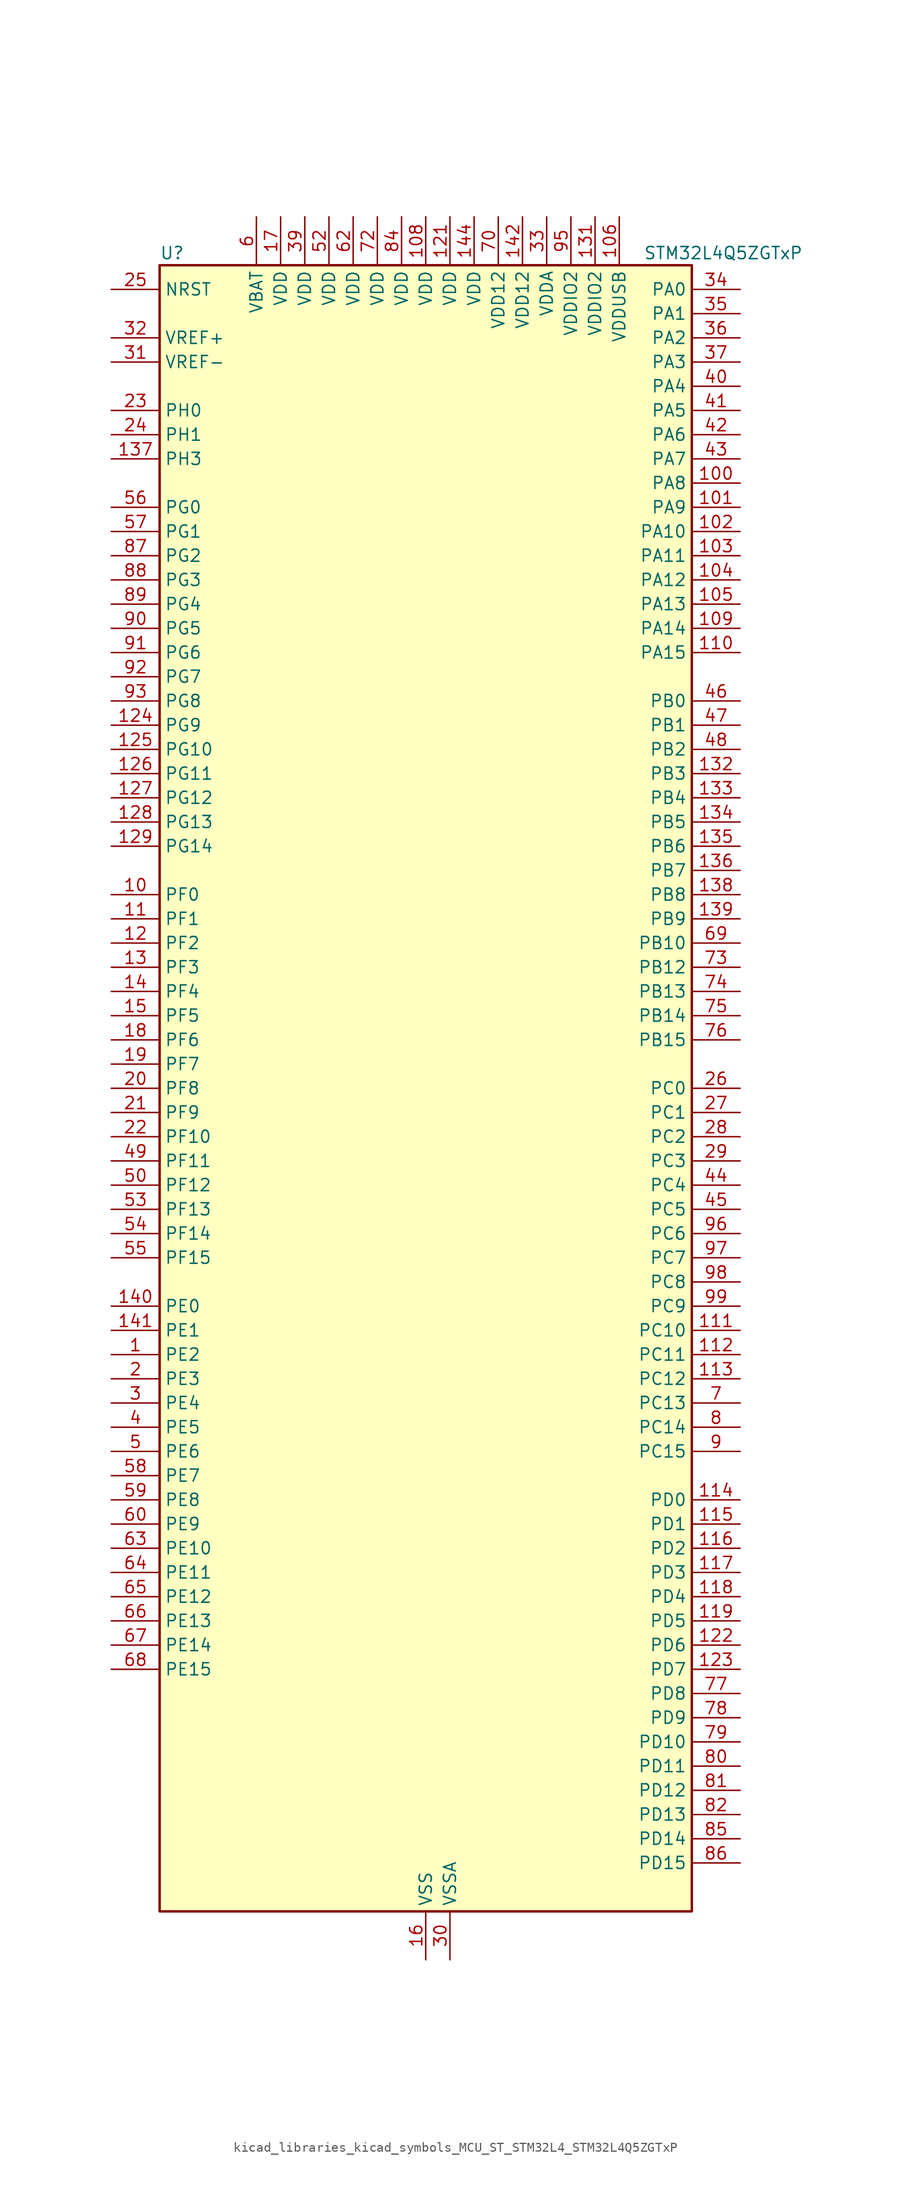
<source format=kicad_sym>
(kicad_symbol_lib
  (version 20220914)
  (generator kicad_symbol_editor)
  (symbol "kicad_libraries_kicad_symbols_MCU_ST_STM32L4_STM32L4Q5ZGTxP"
    (property "Reference" "U"
      (at -27.94 87.63 0)
      (effects (font (size 1.27 1.27)) (justify left)))
    (property "Value" "STM32L4Q5ZGTxP"
      (at 22.86 87.63 0)
      (effects (font (size 1.27 1.27)) (justify left)))
    (property "ki_locked" ""
      (at 0 0 0)
      (effects (font (size 1.27 1.27))))
    (symbol "kicad_libraries_kicad_symbols_MCU_ST_STM32L4_STM32L4Q5ZGTxP_0_1"
      (rectangle (start -27.94 -86.36) (end 27.94 86.36) (stroke (width 0.254) (type default)) (fill (type background))))
    (symbol "kicad_libraries_kicad_symbols_MCU_ST_STM32L4_STM32L4Q5ZGTxP_1_1"
      (pin bidirectional line (at -33.02 -27.94 0) (length 5.08) (name "PE2" (effects (font (size 1.27 1.27)))) (number "1" (effects (font (size 1.27 1.27)))) (alternate "FMC_A23" bidirectional line) (alternate "LTDC_R7" bidirectional line) (alternate "SAI1_CK1" bidirectional line) (alternate "SAI1_MCLK_A" bidirectional line) (alternate "SYS_TRACECLK" bidirectional line) (alternate "TIM3_ETR" bidirectional line) (alternate "TSC_G7_IO1" bidirectional line))
      (pin bidirectional line (at -33.02 20.32 0) (length 5.08) (name "PF0" (effects (font (size 1.27 1.27)))) (number "10" (effects (font (size 1.27 1.27)))) (alternate "FMC_A0" bidirectional line) (alternate "I2C2_SDA" bidirectional line) (alternate "OCTOSPIM_P2_IO0" bidirectional line))
      (pin bidirectional line (at 33.02 63.5 180) (length 5.08) (name "PA8" (effects (font (size 1.27 1.27)))) (number "100" (effects (font (size 1.27 1.27)))) (alternate "LPTIM2_OUT" bidirectional line) (alternate "LTDC_B7" bidirectional line) (alternate "RCC_MCO" bidirectional line) (alternate "SAI1_CK2" bidirectional line) (alternate "SAI1_SCK_A" bidirectional line) (alternate "TIM1_CH1" bidirectional line) (alternate "USART1_CK" bidirectional line) (alternate "USB_OTG_FS_SOF" bidirectional line))
      (pin bidirectional line (at 33.02 60.96 180) (length 5.08) (name "PA9" (effects (font (size 1.27 1.27)))) (number "101" (effects (font (size 1.27 1.27)))) (alternate "DAC1_EXTI9" bidirectional line) (alternate "DCMI_D0" bidirectional line) (alternate "LTDC_G7" bidirectional line) (alternate "PSSI_D0" bidirectional line) (alternate "SAI1_FS_A" bidirectional line) (alternate "SPI2_SCK" bidirectional line) (alternate "TIM15_BKIN" bidirectional line) (alternate "TIM1_CH2" bidirectional line) (alternate "USART1_TX" bidirectional line) (alternate "USB_OTG_FS_VBUS" bidirectional line))
      (pin bidirectional line (at 33.02 58.42 180) (length 5.08) (name "PA10" (effects (font (size 1.27 1.27)))) (number "102" (effects (font (size 1.27 1.27)))) (alternate "DCMI_D1" bidirectional line) (alternate "LTDC_G6" bidirectional line) (alternate "PSSI_D1" bidirectional line) (alternate "SAI1_D1" bidirectional line) (alternate "SAI1_SD_A" bidirectional line) (alternate "TIM17_BKIN" bidirectional line) (alternate "TIM1_CH3" bidirectional line) (alternate "USART1_RX" bidirectional line) (alternate "USB_OTG_FS_ID" bidirectional line))
      (pin bidirectional line (at 33.02 55.88 180) (length 5.08) (name "PA11" (effects (font (size 1.27 1.27)))) (number "103" (effects (font (size 1.27 1.27)))) (alternate "ADC1_EXTI11" bidirectional line) (alternate "ADC2_EXTI11" bidirectional line) (alternate "CAN1_RX" bidirectional line) (alternate "LTDC_DE" bidirectional line) (alternate "SPI1_MISO" bidirectional line) (alternate "TIM1_BKIN2" bidirectional line) (alternate "TIM1_CH4" bidirectional line) (alternate "USART1_CTS" bidirectional line) (alternate "USART1_NSS" bidirectional line) (alternate "USB_OTG_FS_DM" bidirectional line))
      (pin bidirectional line (at 33.02 53.34 180) (length 5.08) (name "PA12" (effects (font (size 1.27 1.27)))) (number "104" (effects (font (size 1.27 1.27)))) (alternate "CAN1_TX" bidirectional line) (alternate "LTDC_VSYNC" bidirectional line) (alternate "OCTOSPIM_P2_NCS" bidirectional line) (alternate "SPI1_MOSI" bidirectional line) (alternate "TIM1_ETR" bidirectional line) (alternate "USART1_DE" bidirectional line) (alternate "USART1_RTS" bidirectional line) (alternate "USB_OTG_FS_DP" bidirectional line))
      (pin bidirectional line (at 33.02 50.8 180) (length 5.08) (name "PA13" (effects (font (size 1.27 1.27)))) (number "105" (effects (font (size 1.27 1.27)))) (alternate "IR_OUT" bidirectional line) (alternate "SAI1_SD_B" bidirectional line) (alternate "SYS_JTMS-SWDIO" bidirectional line) (alternate "USB_OTG_FS_NOE" bidirectional line))
      (pin power_in line (at 20.32 91.44 270) (length 5.08) (name "VDDUSB" (effects (font (size 1.27 1.27)))) (number "106" (effects (font (size 1.27 1.27)))))
      (pin passive line (at 0 -91.44 90) (length 5.08) hide (name "VSS" (effects (font (size 1.27 1.27)))) (number "107" (effects (font (size 1.27 1.27)))))
      (pin power_in line (at 0 91.44 270) (length 5.08) (name "VDD" (effects (font (size 1.27 1.27)))) (number "108" (effects (font (size 1.27 1.27)))))
      (pin bidirectional line (at 33.02 48.26 180) (length 5.08) (name "PA14" (effects (font (size 1.27 1.27)))) (number "109" (effects (font (size 1.27 1.27)))) (alternate "I2C1_SMBA" bidirectional line) (alternate "I2C4_SMBA" bidirectional line) (alternate "LPTIM1_OUT" bidirectional line) (alternate "SAI1_FS_B" bidirectional line) (alternate "SYS_JTCK-SWCLK" bidirectional line) (alternate "USB_OTG_FS_SOF" bidirectional line))
      (pin bidirectional line (at -33.02 17.78 0) (length 5.08) (name "PF1" (effects (font (size 1.27 1.27)))) (number "11" (effects (font (size 1.27 1.27)))) (alternate "FMC_A1" bidirectional line) (alternate "I2C2_SCL" bidirectional line) (alternate "OCTOSPIM_P2_IO1" bidirectional line))
      (pin bidirectional line (at 33.02 45.72 180) (length 5.08) (name "PA15" (effects (font (size 1.27 1.27)))) (number "110" (effects (font (size 1.27 1.27)))) (alternate "ADC1_EXTI15" bidirectional line) (alternate "ADC2_EXTI15" bidirectional line) (alternate "LTDC_HSYNC" bidirectional line) (alternate "SAI2_FS_B" bidirectional line) (alternate "SPI1_NSS" bidirectional line) (alternate "SPI3_NSS" bidirectional line) (alternate "SYS_JTDI" bidirectional line) (alternate "TIM2_CH1" bidirectional line) (alternate "TIM2_ETR" bidirectional line) (alternate "TSC_G3_IO1" bidirectional line) (alternate "UART4_DE" bidirectional line) (alternate "UART4_RTS" bidirectional line) (alternate "USART2_RX" bidirectional line) (alternate "USART3_DE" bidirectional line) (alternate "USART3_RTS" bidirectional line))
      (pin bidirectional line (at 33.02 -25.4 180) (length 5.08) (name "PC10" (effects (font (size 1.27 1.27)))) (number "111" (effects (font (size 1.27 1.27)))) (alternate "DCMI_D8" bidirectional line) (alternate "DCMI_VSYNC" bidirectional line) (alternate "PSSI_D8" bidirectional line) (alternate "PSSI_RDY" bidirectional line) (alternate "SAI2_SCK_B" bidirectional line) (alternate "SDMMC1_D2" bidirectional line) (alternate "SPI3_SCK" bidirectional line) (alternate "SYS_TRACED1" bidirectional line) (alternate "TSC_G3_IO2" bidirectional line) (alternate "UART4_TX" bidirectional line) (alternate "USART3_TX" bidirectional line))
      (pin bidirectional line (at 33.02 -27.94 180) (length 5.08) (name "PC11" (effects (font (size 1.27 1.27)))) (number "112" (effects (font (size 1.27 1.27)))) (alternate "ADC1_EXTI11" bidirectional line) (alternate "ADC2_EXTI11" bidirectional line) (alternate "DCMI_D2" bidirectional line) (alternate "DCMI_D4" bidirectional line) (alternate "OCTOSPIM_P1_NCS" bidirectional line) (alternate "PSSI_D2" bidirectional line) (alternate "PSSI_D4" bidirectional line) (alternate "SAI2_MCLK_B" bidirectional line) (alternate "SDMMC1_D3" bidirectional line) (alternate "SPI3_MISO" bidirectional line) (alternate "TSC_G3_IO3" bidirectional line) (alternate "UART4_RX" bidirectional line) (alternate "USART3_RX" bidirectional line))
      (pin bidirectional line (at 33.02 -30.48 180) (length 5.08) (name "PC12" (effects (font (size 1.27 1.27)))) (number "113" (effects (font (size 1.27 1.27)))) (alternate "DCMI_D9" bidirectional line) (alternate "LTDC_R6" bidirectional line) (alternate "PSSI_D9" bidirectional line) (alternate "SAI2_SD_B" bidirectional line) (alternate "SDMMC1_CK" bidirectional line) (alternate "SPI3_MOSI" bidirectional line) (alternate "SYS_TRACED3" bidirectional line) (alternate "TSC_G3_IO4" bidirectional line) (alternate "UART5_TX" bidirectional line) (alternate "USART3_CK" bidirectional line))
      (pin bidirectional line (at 33.02 -43.18 180) (length 5.08) (name "PD0" (effects (font (size 1.27 1.27)))) (number "114" (effects (font (size 1.27 1.27)))) (alternate "CAN1_RX" bidirectional line) (alternate "FMC_D2" bidirectional line) (alternate "FMC_DA2" bidirectional line) (alternate "LTDC_B4" bidirectional line) (alternate "SPI2_NSS" bidirectional line))
      (pin bidirectional line (at 33.02 -45.72 180) (length 5.08) (name "PD1" (effects (font (size 1.27 1.27)))) (number "115" (effects (font (size 1.27 1.27)))) (alternate "CAN1_TX" bidirectional line) (alternate "FMC_D3" bidirectional line) (alternate "FMC_DA3" bidirectional line) (alternate "LTDC_B5" bidirectional line) (alternate "SPI2_SCK" bidirectional line))
      (pin bidirectional line (at 33.02 -48.26 180) (length 5.08) (name "PD2" (effects (font (size 1.27 1.27)))) (number "116" (effects (font (size 1.27 1.27)))) (alternate "DCMI_D11" bidirectional line) (alternate "PSSI_D11" bidirectional line) (alternate "SDMMC1_CMD" bidirectional line) (alternate "SYS_TRACED2" bidirectional line) (alternate "TIM3_ETR" bidirectional line) (alternate "TSC_SYNC" bidirectional line) (alternate "UART5_RX" bidirectional line) (alternate "USART3_DE" bidirectional line) (alternate "USART3_RTS" bidirectional line))
      (pin bidirectional line (at 33.02 -50.8 180) (length 5.08) (name "PD3" (effects (font (size 1.27 1.27)))) (number "117" (effects (font (size 1.27 1.27)))) (alternate "DCMI_D5" bidirectional line) (alternate "DFSDM1_DATIN0" bidirectional line) (alternate "FMC_CLK" bidirectional line) (alternate "LTDC_CLK" bidirectional line) (alternate "OCTOSPIM_P2_NCS" bidirectional line) (alternate "PSSI_D5" bidirectional line) (alternate "SPI2_MISO" bidirectional line) (alternate "SPI2_SCK" bidirectional line) (alternate "USART2_CTS" bidirectional line) (alternate "USART2_NSS" bidirectional line))
      (pin bidirectional line (at 33.02 -53.34 180) (length 5.08) (name "PD4" (effects (font (size 1.27 1.27)))) (number "118" (effects (font (size 1.27 1.27)))) (alternate "DFSDM1_CKIN0" bidirectional line) (alternate "FMC_NOE" bidirectional line) (alternate "OCTOSPIM_P1_IO4" bidirectional line) (alternate "SDMMC2_CKIN" bidirectional line) (alternate "SPI2_MOSI" bidirectional line) (alternate "USART2_DE" bidirectional line) (alternate "USART2_RTS" bidirectional line))
      (pin bidirectional line (at 33.02 -55.88 180) (length 5.08) (name "PD5" (effects (font (size 1.27 1.27)))) (number "119" (effects (font (size 1.27 1.27)))) (alternate "FMC_NWE" bidirectional line) (alternate "OCTOSPIM_P1_IO5" bidirectional line) (alternate "USART2_TX" bidirectional line))
      (pin bidirectional line (at -33.02 15.24 0) (length 5.08) (name "PF2" (effects (font (size 1.27 1.27)))) (number "12" (effects (font (size 1.27 1.27)))) (alternate "FMC_A2" bidirectional line) (alternate "I2C2_SMBA" bidirectional line) (alternate "OCTOSPIM_P2_IO2" bidirectional line))
      (pin passive line (at 0 -91.44 90) (length 5.08) hide (name "VSS" (effects (font (size 1.27 1.27)))) (number "120" (effects (font (size 1.27 1.27)))))
      (pin power_in line (at 2.54 91.44 270) (length 5.08) (name "VDD" (effects (font (size 1.27 1.27)))) (number "121" (effects (font (size 1.27 1.27)))))
      (pin bidirectional line (at 33.02 -58.42 180) (length 5.08) (name "PD6" (effects (font (size 1.27 1.27)))) (number "122" (effects (font (size 1.27 1.27)))) (alternate "DCMI_D10" bidirectional line) (alternate "DFSDM1_DATIN1" bidirectional line) (alternate "FMC_NWAIT" bidirectional line) (alternate "LTDC_DE" bidirectional line) (alternate "OCTOSPIM_P1_IO6" bidirectional line) (alternate "PSSI_D10" bidirectional line) (alternate "SAI1_D1" bidirectional line) (alternate "SAI1_SD_A" bidirectional line) (alternate "SDMMC2_CK" bidirectional line) (alternate "SPI3_MOSI" bidirectional line) (alternate "USART2_RX" bidirectional line))
      (pin bidirectional line (at 33.02 -60.96 180) (length 5.08) (name "PD7" (effects (font (size 1.27 1.27)))) (number "123" (effects (font (size 1.27 1.27)))) (alternate "DFSDM1_CKIN1" bidirectional line) (alternate "FMC_NCE" bidirectional line) (alternate "FMC_NE1" bidirectional line) (alternate "OCTOSPIM_P1_IO7" bidirectional line) (alternate "SDMMC2_CMD" bidirectional line) (alternate "USART2_CK" bidirectional line))
      (pin bidirectional line (at -33.02 38.1 0) (length 5.08) (name "PG9" (effects (font (size 1.27 1.27)))) (number "124" (effects (font (size 1.27 1.27)))) (alternate "DAC1_EXTI9" bidirectional line) (alternate "FMC_NCE" bidirectional line) (alternate "FMC_NE2" bidirectional line) (alternate "OCTOSPIM_P2_IO6" bidirectional line) (alternate "SAI2_SCK_A" bidirectional line) (alternate "SDMMC2_D0" bidirectional line) (alternate "SPI3_SCK" bidirectional line) (alternate "TIM15_CH1N" bidirectional line) (alternate "USART1_TX" bidirectional line))
      (pin bidirectional line (at -33.02 35.56 0) (length 5.08) (name "PG10" (effects (font (size 1.27 1.27)))) (number "125" (effects (font (size 1.27 1.27)))) (alternate "FMC_NE3" bidirectional line) (alternate "LPTIM1_IN1" bidirectional line) (alternate "OCTOSPIM_P2_IO7" bidirectional line) (alternate "SAI2_FS_A" bidirectional line) (alternate "SDMMC2_D1" bidirectional line) (alternate "SPI3_MISO" bidirectional line) (alternate "TIM15_CH1" bidirectional line) (alternate "USART1_RX" bidirectional line))
      (pin bidirectional line (at -33.02 33.02 0) (length 5.08) (name "PG11" (effects (font (size 1.27 1.27)))) (number "126" (effects (font (size 1.27 1.27)))) (alternate "ADC1_EXTI11" bidirectional line) (alternate "ADC2_EXTI11" bidirectional line) (alternate "LPTIM1_IN2" bidirectional line) (alternate "OCTOSPIM_P1_IO5" bidirectional line) (alternate "SAI2_MCLK_A" bidirectional line) (alternate "SDMMC2_D2" bidirectional line) (alternate "SPI3_MOSI" bidirectional line) (alternate "TIM15_CH2" bidirectional line) (alternate "USART1_CTS" bidirectional line) (alternate "USART1_NSS" bidirectional line))
      (pin bidirectional line (at -33.02 30.48 0) (length 5.08) (name "PG12" (effects (font (size 1.27 1.27)))) (number "127" (effects (font (size 1.27 1.27)))) (alternate "FMC_NE4" bidirectional line) (alternate "LPTIM1_ETR" bidirectional line) (alternate "OCTOSPIM_P2_NCS" bidirectional line) (alternate "SAI2_SD_A" bidirectional line) (alternate "SDMMC2_D3" bidirectional line) (alternate "SPI3_NSS" bidirectional line) (alternate "USART1_DE" bidirectional line) (alternate "USART1_RTS" bidirectional line))
      (pin bidirectional line (at -33.02 27.94 0) (length 5.08) (name "PG13" (effects (font (size 1.27 1.27)))) (number "128" (effects (font (size 1.27 1.27)))) (alternate "FMC_A24" bidirectional line) (alternate "I2C1_SDA" bidirectional line) (alternate "LTDC_R0" bidirectional line) (alternate "USART1_CK" bidirectional line))
      (pin bidirectional line (at -33.02 25.4 0) (length 5.08) (name "PG14" (effects (font (size 1.27 1.27)))) (number "129" (effects (font (size 1.27 1.27)))) (alternate "FMC_A25" bidirectional line) (alternate "I2C1_SCL" bidirectional line) (alternate "LTDC_R1" bidirectional line))
      (pin bidirectional line (at -33.02 12.7 0) (length 5.08) (name "PF3" (effects (font (size 1.27 1.27)))) (number "13" (effects (font (size 1.27 1.27)))) (alternate "FMC_A3" bidirectional line) (alternate "OCTOSPIM_P2_IO3" bidirectional line))
      (pin passive line (at 0 -91.44 90) (length 5.08) hide (name "VSS" (effects (font (size 1.27 1.27)))) (number "130" (effects (font (size 1.27 1.27)))))
      (pin power_in line (at 17.78 91.44 270) (length 5.08) (name "VDDIO2" (effects (font (size 1.27 1.27)))) (number "131" (effects (font (size 1.27 1.27)))))
      (pin bidirectional line (at 33.02 33.02 180) (length 5.08) (name "PB3" (effects (font (size 1.27 1.27)))) (number "132" (effects (font (size 1.27 1.27)))) (alternate "COMP2_INM" bidirectional line) (alternate "CRS_SYNC" bidirectional line) (alternate "OCTOSPIM_P1_IO4" bidirectional line) (alternate "SAI1_SCK_B" bidirectional line) (alternate "SDMMC2_D2" bidirectional line) (alternate "SPI1_SCK" bidirectional line) (alternate "SPI3_SCK" bidirectional line) (alternate "SYS_JTDO-SWO" bidirectional line) (alternate "TIM2_CH2" bidirectional line) (alternate "USART1_DE" bidirectional line) (alternate "USART1_RTS" bidirectional line))
      (pin bidirectional line (at 33.02 30.48 180) (length 5.08) (name "PB4" (effects (font (size 1.27 1.27)))) (number "133" (effects (font (size 1.27 1.27)))) (alternate "COMP2_INP" bidirectional line) (alternate "DCMI_D12" bidirectional line) (alternate "I2C3_SDA" bidirectional line) (alternate "OCTOSPIM_P1_IO5" bidirectional line) (alternate "PSSI_D12" bidirectional line) (alternate "SAI1_MCLK_B" bidirectional line) (alternate "SDMMC2_D3" bidirectional line) (alternate "SPI1_MISO" bidirectional line) (alternate "SPI3_MISO" bidirectional line) (alternate "SYS_JTRST" bidirectional line) (alternate "TIM17_BKIN" bidirectional line) (alternate "TIM3_CH1" bidirectional line) (alternate "TSC_G2_IO1" bidirectional line) (alternate "UART5_DE" bidirectional line) (alternate "UART5_RTS" bidirectional line) (alternate "USART1_CTS" bidirectional line) (alternate "USART1_NSS" bidirectional line))
      (pin bidirectional line (at 33.02 27.94 180) (length 5.08) (name "PB5" (effects (font (size 1.27 1.27)))) (number "134" (effects (font (size 1.27 1.27)))) (alternate "COMP2_OUT" bidirectional line) (alternate "DCMI_D10" bidirectional line) (alternate "I2C1_SMBA" bidirectional line) (alternate "LPTIM1_IN1" bidirectional line) (alternate "OCTOSPIM_P1_IO0" bidirectional line) (alternate "PSSI_D10" bidirectional line) (alternate "SAI1_SD_B" bidirectional line) (alternate "SPI1_MOSI" bidirectional line) (alternate "SPI3_MOSI" bidirectional line) (alternate "TIM16_BKIN" bidirectional line) (alternate "TIM3_CH2" bidirectional line) (alternate "TSC_G2_IO2" bidirectional line) (alternate "UART5_CTS" bidirectional line) (alternate "USART1_CK" bidirectional line))
      (pin bidirectional line (at 33.02 25.4 180) (length 5.08) (name "PB6" (effects (font (size 1.27 1.27)))) (number "135" (effects (font (size 1.27 1.27)))) (alternate "COMP2_INP" bidirectional line) (alternate "DCMI_D5" bidirectional line) (alternate "I2C1_SCL" bidirectional line) (alternate "I2C4_SCL" bidirectional line) (alternate "LPTIM1_ETR" bidirectional line) (alternate "LTDC_R6" bidirectional line) (alternate "PSSI_D5" bidirectional line) (alternate "SAI1_FS_B" bidirectional line) (alternate "TIM16_CH1N" bidirectional line) (alternate "TIM4_CH1" bidirectional line) (alternate "TIM8_BKIN2" bidirectional line) (alternate "TSC_G2_IO3" bidirectional line) (alternate "USART1_TX" bidirectional line))
      (pin bidirectional line (at 33.02 22.86 180) (length 5.08) (name "PB7" (effects (font (size 1.27 1.27)))) (number "136" (effects (font (size 1.27 1.27)))) (alternate "COMP2_INM" bidirectional line) (alternate "DCMI_VSYNC" bidirectional line) (alternate "FMC_NL" bidirectional line) (alternate "I2C1_SDA" bidirectional line) (alternate "I2C4_SDA" bidirectional line) (alternate "LPTIM1_IN2" bidirectional line) (alternate "LTDC_VSYNC" bidirectional line) (alternate "PSSI_RDY" bidirectional line) (alternate "SYS_PVD_IN" bidirectional line) (alternate "TIM17_CH1N" bidirectional line) (alternate "TIM4_CH2" bidirectional line) (alternate "TIM8_BKIN" bidirectional line) (alternate "TSC_G2_IO4" bidirectional line) (alternate "UART4_CTS" bidirectional line) (alternate "USART1_RX" bidirectional line))
      (pin bidirectional line (at -33.02 66.04 0) (length 5.08) (name "PH3" (effects (font (size 1.27 1.27)))) (number "137" (effects (font (size 1.27 1.27)))))
      (pin bidirectional line (at 33.02 20.32 180) (length 5.08) (name "PB8" (effects (font (size 1.27 1.27)))) (number "138" (effects (font (size 1.27 1.27)))) (alternate "CAN1_RX" bidirectional line) (alternate "DCMI_D6" bidirectional line) (alternate "DFSDM1_CKOUT" bidirectional line) (alternate "I2C1_SCL" bidirectional line) (alternate "LTDC_DE" bidirectional line) (alternate "PSSI_D6" bidirectional line) (alternate "SAI1_CK1" bidirectional line) (alternate "SAI1_MCLK_A" bidirectional line) (alternate "SDMMC1_CKIN" bidirectional line) (alternate "SDMMC1_D4" bidirectional line) (alternate "SDMMC2_D4" bidirectional line) (alternate "TIM16_CH1" bidirectional line) (alternate "TIM4_CH3" bidirectional line))
      (pin bidirectional line (at 33.02 17.78 180) (length 5.08) (name "PB9" (effects (font (size 1.27 1.27)))) (number "139" (effects (font (size 1.27 1.27)))) (alternate "CAN1_TX" bidirectional line) (alternate "DAC1_EXTI9" bidirectional line) (alternate "DCMI_D7" bidirectional line) (alternate "I2C1_SDA" bidirectional line) (alternate "IR_OUT" bidirectional line) (alternate "PSSI_D7" bidirectional line) (alternate "SAI1_D2" bidirectional line) (alternate "SAI1_FS_A" bidirectional line) (alternate "SDMMC1_CDIR" bidirectional line) (alternate "SDMMC1_D5" bidirectional line) (alternate "SDMMC2_D5" bidirectional line) (alternate "SPI2_NSS" bidirectional line) (alternate "TIM17_CH1" bidirectional line) (alternate "TIM4_CH4" bidirectional line))
      (pin bidirectional line (at -33.02 10.16 0) (length 5.08) (name "PF4" (effects (font (size 1.27 1.27)))) (number "14" (effects (font (size 1.27 1.27)))) (alternate "FMC_A4" bidirectional line) (alternate "OCTOSPIM_P2_CLK" bidirectional line))
      (pin bidirectional line (at -33.02 -22.86 0) (length 5.08) (name "PE0" (effects (font (size 1.27 1.27)))) (number "140" (effects (font (size 1.27 1.27)))) (alternate "DCMI_D2" bidirectional line) (alternate "FMC_NBL0" bidirectional line) (alternate "LTDC_HSYNC" bidirectional line) (alternate "PSSI_D2" bidirectional line) (alternate "TIM16_CH1" bidirectional line) (alternate "TIM4_ETR" bidirectional line))
      (pin bidirectional line (at -33.02 -25.4 0) (length 5.08) (name "PE1" (effects (font (size 1.27 1.27)))) (number "141" (effects (font (size 1.27 1.27)))) (alternate "DCMI_D3" bidirectional line) (alternate "FMC_NBL1" bidirectional line) (alternate "LTDC_VSYNC" bidirectional line) (alternate "PSSI_D3" bidirectional line) (alternate "TIM17_CH1" bidirectional line))
      (pin power_in line (at 10.16 91.44 270) (length 5.08) (name "VDD12" (effects (font (size 1.27 1.27)))) (number "142" (effects (font (size 1.27 1.27)))))
      (pin passive line (at 0 -91.44 90) (length 5.08) hide (name "VSS" (effects (font (size 1.27 1.27)))) (number "143" (effects (font (size 1.27 1.27)))))
      (pin power_in line (at 5.08 91.44 270) (length 5.08) (name "VDD" (effects (font (size 1.27 1.27)))) (number "144" (effects (font (size 1.27 1.27)))))
      (pin bidirectional line (at -33.02 7.62 0) (length 5.08) (name "PF5" (effects (font (size 1.27 1.27)))) (number "15" (effects (font (size 1.27 1.27)))) (alternate "FMC_A5" bidirectional line) (alternate "OCTOSPIM_P2_NCLK" bidirectional line))
      (pin power_in line (at 0 -91.44 90) (length 5.08) (name "VSS" (effects (font (size 1.27 1.27)))) (number "16" (effects (font (size 1.27 1.27)))))
      (pin power_in line (at -15.24 91.44 270) (length 5.08) (name "VDD" (effects (font (size 1.27 1.27)))) (number "17" (effects (font (size 1.27 1.27)))))
      (pin bidirectional line (at -33.02 5.08 0) (length 5.08) (name "PF6" (effects (font (size 1.27 1.27)))) (number "18" (effects (font (size 1.27 1.27)))) (alternate "OCTOSPIM_P1_IO3" bidirectional line) (alternate "SAI1_SD_B" bidirectional line) (alternate "TIM5_CH1" bidirectional line) (alternate "TIM5_ETR" bidirectional line))
      (pin bidirectional line (at -33.02 2.54 0) (length 5.08) (name "PF7" (effects (font (size 1.27 1.27)))) (number "19" (effects (font (size 1.27 1.27)))) (alternate "OCTOSPIM_P1_IO2" bidirectional line) (alternate "SAI1_MCLK_B" bidirectional line) (alternate "TIM5_CH2" bidirectional line))
      (pin bidirectional line (at -33.02 -30.48 0) (length 5.08) (name "PE3" (effects (font (size 1.27 1.27)))) (number "2" (effects (font (size 1.27 1.27)))) (alternate "FMC_A19" bidirectional line) (alternate "LTDC_R6" bidirectional line) (alternate "OCTOSPIM_P1_DQS" bidirectional line) (alternate "SAI1_SD_B" bidirectional line) (alternate "SYS_TRACED0" bidirectional line) (alternate "TIM3_CH1" bidirectional line) (alternate "TSC_G7_IO2" bidirectional line))
      (pin bidirectional line (at -33.02 0 0) (length 5.08) (name "PF8" (effects (font (size 1.27 1.27)))) (number "20" (effects (font (size 1.27 1.27)))) (alternate "OCTOSPIM_P1_IO0" bidirectional line) (alternate "SAI1_SCK_B" bidirectional line) (alternate "TIM5_CH3" bidirectional line))
      (pin bidirectional line (at -33.02 -2.54 0) (length 5.08) (name "PF9" (effects (font (size 1.27 1.27)))) (number "21" (effects (font (size 1.27 1.27)))) (alternate "DAC1_EXTI9" bidirectional line) (alternate "OCTOSPIM_P1_IO1" bidirectional line) (alternate "SAI1_FS_B" bidirectional line) (alternate "TIM15_CH1" bidirectional line) (alternate "TIM5_CH4" bidirectional line))
      (pin bidirectional line (at -33.02 -5.08 0) (length 5.08) (name "PF10" (effects (font (size 1.27 1.27)))) (number "22" (effects (font (size 1.27 1.27)))) (alternate "DCMI_D11" bidirectional line) (alternate "DFSDM1_CKOUT" bidirectional line) (alternate "OCTOSPIM_P1_CLK" bidirectional line) (alternate "PSSI_D11" bidirectional line) (alternate "PSSI_D15" bidirectional line) (alternate "SAI1_D3" bidirectional line) (alternate "TIM15_CH2" bidirectional line))
      (pin bidirectional line (at -33.02 71.12 0) (length 5.08) (name "PH0" (effects (font (size 1.27 1.27)))) (number "23" (effects (font (size 1.27 1.27)))) (alternate "RCC_OSC_IN" bidirectional line))
      (pin bidirectional line (at -33.02 68.58 0) (length 5.08) (name "PH1" (effects (font (size 1.27 1.27)))) (number "24" (effects (font (size 1.27 1.27)))) (alternate "RCC_OSC_OUT" bidirectional line))
      (pin input line (at -33.02 83.82 0) (length 5.08) (name "NRST" (effects (font (size 1.27 1.27)))) (number "25" (effects (font (size 1.27 1.27)))))
      (pin bidirectional line (at 33.02 0 180) (length 5.08) (name "PC0" (effects (font (size 1.27 1.27)))) (number "26" (effects (font (size 1.27 1.27)))) (alternate "ADC1_IN1" bidirectional line) (alternate "ADC2_IN1" bidirectional line) (alternate "I2C3_SCL" bidirectional line) (alternate "LPTIM1_IN1" bidirectional line) (alternate "LPTIM2_IN1" bidirectional line) (alternate "LPUART1_RX" bidirectional line) (alternate "LTDC_DE" bidirectional line) (alternate "SAI2_FS_A" bidirectional line) (alternate "SDMMC1_CMD" bidirectional line) (alternate "SDMMC2_CKIN" bidirectional line))
      (pin bidirectional line (at 33.02 -2.54 180) (length 5.08) (name "PC1" (effects (font (size 1.27 1.27)))) (number "27" (effects (font (size 1.27 1.27)))) (alternate "ADC1_IN2" bidirectional line) (alternate "ADC2_IN2" bidirectional line) (alternate "I2C3_SDA" bidirectional line) (alternate "LPTIM1_OUT" bidirectional line) (alternate "LPUART1_TX" bidirectional line) (alternate "OCTOSPIM_P1_IO4" bidirectional line) (alternate "SAI1_SD_A" bidirectional line) (alternate "SPI2_MOSI" bidirectional line) (alternate "SYS_TRACED0" bidirectional line))
      (pin bidirectional line (at 33.02 -5.08 180) (length 5.08) (name "PC2" (effects (font (size 1.27 1.27)))) (number "28" (effects (font (size 1.27 1.27)))) (alternate "ADC1_IN3" bidirectional line) (alternate "ADC2_IN3" bidirectional line) (alternate "DFSDM1_CKOUT" bidirectional line) (alternate "LPTIM1_IN2" bidirectional line) (alternate "LTDC_HSYNC" bidirectional line) (alternate "OCTOSPIM_P1_IO5" bidirectional line) (alternate "SPI2_MISO" bidirectional line))
      (pin bidirectional line (at 33.02 -7.62 180) (length 5.08) (name "PC3" (effects (font (size 1.27 1.27)))) (number "29" (effects (font (size 1.27 1.27)))) (alternate "ADC1_IN4" bidirectional line) (alternate "ADC2_IN4" bidirectional line) (alternate "LPTIM1_ETR" bidirectional line) (alternate "LPTIM2_ETR" bidirectional line) (alternate "OCTOSPIM_P1_IO6" bidirectional line) (alternate "SAI1_D1" bidirectional line) (alternate "SAI1_SD_A" bidirectional line) (alternate "SPI2_MOSI" bidirectional line))
      (pin bidirectional line (at -33.02 -33.02 0) (length 5.08) (name "PE4" (effects (font (size 1.27 1.27)))) (number "3" (effects (font (size 1.27 1.27)))) (alternate "DCMI_D4" bidirectional line) (alternate "DFSDM1_DATIN3" bidirectional line) (alternate "FMC_A20" bidirectional line) (alternate "LTDC_B7" bidirectional line) (alternate "PSSI_D4" bidirectional line) (alternate "SAI1_D2" bidirectional line) (alternate "SAI1_FS_A" bidirectional line) (alternate "SYS_TRACED1" bidirectional line) (alternate "TIM3_CH2" bidirectional line) (alternate "TSC_G7_IO3" bidirectional line))
      (pin power_in line (at 2.54 -91.44 90) (length 5.08) (name "VSSA" (effects (font (size 1.27 1.27)))) (number "30" (effects (font (size 1.27 1.27)))))
      (pin input line (at -33.02 76.2 0) (length 5.08) (name "VREF-" (effects (font (size 1.27 1.27)))) (number "31" (effects (font (size 1.27 1.27)))))
      (pin input line (at -33.02 78.74 0) (length 5.08) (name "VREF+" (effects (font (size 1.27 1.27)))) (number "32" (effects (font (size 1.27 1.27)))) (alternate "VREFBUF_OUT" bidirectional line))
      (pin power_in line (at 12.7 91.44 270) (length 5.08) (name "VDDA" (effects (font (size 1.27 1.27)))) (number "33" (effects (font (size 1.27 1.27)))))
      (pin bidirectional line (at 33.02 83.82 180) (length 5.08) (name "PA0" (effects (font (size 1.27 1.27)))) (number "34" (effects (font (size 1.27 1.27)))) (alternate "ADC1_IN5" bidirectional line) (alternate "ADC2_IN5" bidirectional line) (alternate "OPAMP1_VINP" bidirectional line) (alternate "RTC_TAMP2" bidirectional line) (alternate "SAI1_EXTCLK" bidirectional line) (alternate "SYS_WKUP1" bidirectional line) (alternate "TIM2_CH1" bidirectional line) (alternate "TIM2_ETR" bidirectional line) (alternate "TIM5_CH1" bidirectional line) (alternate "TIM8_ETR" bidirectional line) (alternate "UART4_TX" bidirectional line) (alternate "USART2_CTS" bidirectional line) (alternate "USART2_NSS" bidirectional line))
      (pin bidirectional line (at 33.02 81.28 180) (length 5.08) (name "PA1" (effects (font (size 1.27 1.27)))) (number "35" (effects (font (size 1.27 1.27)))) (alternate "ADC1_IN6" bidirectional line) (alternate "ADC2_IN6" bidirectional line) (alternate "I2C1_SMBA" bidirectional line) (alternate "OCTOSPIM_P1_DQS" bidirectional line) (alternate "OPAMP1_VINM" bidirectional line) (alternate "SDMMC2_CMD" bidirectional line) (alternate "SPI1_SCK" bidirectional line) (alternate "TIM15_CH1N" bidirectional line) (alternate "TIM2_CH2" bidirectional line) (alternate "TIM5_CH2" bidirectional line) (alternate "UART4_RX" bidirectional line) (alternate "USART2_DE" bidirectional line) (alternate "USART2_RTS" bidirectional line))
      (pin bidirectional line (at 33.02 78.74 180) (length 5.08) (name "PA2" (effects (font (size 1.27 1.27)))) (number "36" (effects (font (size 1.27 1.27)))) (alternate "ADC1_IN7" bidirectional line) (alternate "ADC2_IN7" bidirectional line) (alternate "LPUART1_TX" bidirectional line) (alternate "OCTOSPIM_P1_NCS" bidirectional line) (alternate "RCC_LSCO" bidirectional line) (alternate "SAI2_EXTCLK" bidirectional line) (alternate "SYS_WKUP4" bidirectional line) (alternate "TIM15_CH1" bidirectional line) (alternate "TIM2_CH3" bidirectional line) (alternate "TIM5_CH3" bidirectional line) (alternate "USART2_TX" bidirectional line))
      (pin bidirectional line (at 33.02 76.2 180) (length 5.08) (name "PA3" (effects (font (size 1.27 1.27)))) (number "37" (effects (font (size 1.27 1.27)))) (alternate "ADC1_IN8" bidirectional line) (alternate "ADC2_IN8" bidirectional line) (alternate "LPUART1_RX" bidirectional line) (alternate "OCTOSPIM_P1_CLK" bidirectional line) (alternate "OPAMP1_VOUT" bidirectional line) (alternate "SAI1_CK1" bidirectional line) (alternate "SAI1_MCLK_A" bidirectional line) (alternate "TIM15_CH2" bidirectional line) (alternate "TIM2_CH4" bidirectional line) (alternate "TIM5_CH4" bidirectional line) (alternate "USART2_RX" bidirectional line))
      (pin passive line (at 0 -91.44 90) (length 5.08) hide (name "VSS" (effects (font (size 1.27 1.27)))) (number "38" (effects (font (size 1.27 1.27)))))
      (pin power_in line (at -12.7 91.44 270) (length 5.08) (name "VDD" (effects (font (size 1.27 1.27)))) (number "39" (effects (font (size 1.27 1.27)))))
      (pin bidirectional line (at -33.02 -35.56 0) (length 5.08) (name "PE5" (effects (font (size 1.27 1.27)))) (number "4" (effects (font (size 1.27 1.27)))) (alternate "DCMI_D6" bidirectional line) (alternate "DFSDM1_CKIN3" bidirectional line) (alternate "FMC_A21" bidirectional line) (alternate "LTDC_G7" bidirectional line) (alternate "PSSI_D6" bidirectional line) (alternate "SAI1_CK2" bidirectional line) (alternate "SAI1_SCK_A" bidirectional line) (alternate "SYS_TRACED2" bidirectional line) (alternate "TIM3_CH3" bidirectional line) (alternate "TSC_G7_IO4" bidirectional line))
      (pin bidirectional line (at 33.02 73.66 180) (length 5.08) (name "PA4" (effects (font (size 1.27 1.27)))) (number "40" (effects (font (size 1.27 1.27)))) (alternate "ADC1_IN9" bidirectional line) (alternate "ADC2_IN9" bidirectional line) (alternate "DAC1_OUT1" bidirectional line) (alternate "DCMI_HSYNC" bidirectional line) (alternate "LPTIM2_OUT" bidirectional line) (alternate "LTDC_CLK" bidirectional line) (alternate "OCTOSPIM_P1_NCS" bidirectional line) (alternate "PSSI_DE" bidirectional line) (alternate "SAI1_FS_B" bidirectional line) (alternate "SPI1_NSS" bidirectional line) (alternate "SPI3_NSS" bidirectional line) (alternate "USART2_CK" bidirectional line))
      (pin bidirectional line (at 33.02 71.12 180) (length 5.08) (name "PA5" (effects (font (size 1.27 1.27)))) (number "41" (effects (font (size 1.27 1.27)))) (alternate "ADC1_IN10" bidirectional line) (alternate "ADC2_IN10" bidirectional line) (alternate "DAC1_OUT2" bidirectional line) (alternate "LPTIM2_ETR" bidirectional line) (alternate "LTDC_R7" bidirectional line) (alternate "PSSI_D14" bidirectional line) (alternate "SPI1_SCK" bidirectional line) (alternate "TIM2_CH1" bidirectional line) (alternate "TIM2_ETR" bidirectional line) (alternate "TIM8_CH1N" bidirectional line))
      (pin bidirectional line (at 33.02 68.58 180) (length 5.08) (name "PA6" (effects (font (size 1.27 1.27)))) (number "42" (effects (font (size 1.27 1.27)))) (alternate "ADC1_IN11" bidirectional line) (alternate "ADC2_IN11" bidirectional line) (alternate "DCMI_PIXCLK" bidirectional line) (alternate "LPUART1_CTS" bidirectional line) (alternate "OCTOSPIM_P1_IO3" bidirectional line) (alternate "OPAMP2_VINP" bidirectional line) (alternate "PSSI_PDCK" bidirectional line) (alternate "SPI1_MISO" bidirectional line) (alternate "TIM16_CH1" bidirectional line) (alternate "TIM1_BKIN" bidirectional line) (alternate "TIM3_CH1" bidirectional line) (alternate "TIM8_BKIN" bidirectional line) (alternate "USART3_CTS" bidirectional line) (alternate "USART3_NSS" bidirectional line))
      (pin bidirectional line (at 33.02 66.04 180) (length 5.08) (name "PA7" (effects (font (size 1.27 1.27)))) (number "43" (effects (font (size 1.27 1.27)))) (alternate "ADC1_IN12" bidirectional line) (alternate "ADC2_IN12" bidirectional line) (alternate "I2C3_SCL" bidirectional line) (alternate "OCTOSPIM_P1_IO2" bidirectional line) (alternate "OPAMP2_VINM" bidirectional line) (alternate "SPI1_MOSI" bidirectional line) (alternate "TIM17_CH1" bidirectional line) (alternate "TIM1_CH1N" bidirectional line) (alternate "TIM3_CH2" bidirectional line) (alternate "TIM8_CH1N" bidirectional line))
      (pin bidirectional line (at 33.02 -10.16 180) (length 5.08) (name "PC4" (effects (font (size 1.27 1.27)))) (number "44" (effects (font (size 1.27 1.27)))) (alternate "ADC1_IN13" bidirectional line) (alternate "ADC2_IN13" bidirectional line) (alternate "COMP1_INM" bidirectional line) (alternate "OCTOSPIM_P1_IO7" bidirectional line) (alternate "OCTOSPIM_P2_NCS" bidirectional line) (alternate "USART3_TX" bidirectional line))
      (pin bidirectional line (at 33.02 -12.7 180) (length 5.08) (name "PC5" (effects (font (size 1.27 1.27)))) (number "45" (effects (font (size 1.27 1.27)))) (alternate "ADC1_IN14" bidirectional line) (alternate "ADC2_IN14" bidirectional line) (alternate "COMP1_INP" bidirectional line) (alternate "LTDC_CLK" bidirectional line) (alternate "PSSI_D15" bidirectional line) (alternate "SAI1_D3" bidirectional line) (alternate "SYS_WKUP5" bidirectional line) (alternate "USART3_RX" bidirectional line))
      (pin bidirectional line (at 33.02 40.64 180) (length 5.08) (name "PB0" (effects (font (size 1.27 1.27)))) (number "46" (effects (font (size 1.27 1.27)))) (alternate "ADC1_IN15" bidirectional line) (alternate "ADC2_IN15" bidirectional line) (alternate "COMP1_OUT" bidirectional line) (alternate "LTDC_B6" bidirectional line) (alternate "OCTOSPIM_P1_IO1" bidirectional line) (alternate "OPAMP2_VOUT" bidirectional line) (alternate "SAI1_EXTCLK" bidirectional line) (alternate "SPI1_NSS" bidirectional line) (alternate "TIM1_CH2N" bidirectional line) (alternate "TIM3_CH3" bidirectional line) (alternate "TIM8_CH2N" bidirectional line) (alternate "USART3_CK" bidirectional line))
      (pin bidirectional line (at 33.02 38.1 180) (length 5.08) (name "PB1" (effects (font (size 1.27 1.27)))) (number "47" (effects (font (size 1.27 1.27)))) (alternate "ADC1_IN16" bidirectional line) (alternate "ADC2_IN16" bidirectional line) (alternate "COMP1_INM" bidirectional line) (alternate "DFSDM1_DATIN0" bidirectional line) (alternate "LPTIM2_IN1" bidirectional line) (alternate "LPUART1_DE" bidirectional line) (alternate "LPUART1_RTS" bidirectional line) (alternate "LTDC_G6" bidirectional line) (alternate "OCTOSPIM_P1_IO0" bidirectional line) (alternate "TIM1_CH3N" bidirectional line) (alternate "TIM3_CH4" bidirectional line) (alternate "TIM8_CH3N" bidirectional line) (alternate "USART3_DE" bidirectional line) (alternate "USART3_RTS" bidirectional line))
      (pin bidirectional line (at 33.02 35.56 180) (length 5.08) (name "PB2" (effects (font (size 1.27 1.27)))) (number "48" (effects (font (size 1.27 1.27)))) (alternate "COMP1_INP" bidirectional line) (alternate "DFSDM1_CKIN0" bidirectional line) (alternate "I2C3_SMBA" bidirectional line) (alternate "LPTIM1_OUT" bidirectional line) (alternate "OCTOSPIM_P1_DQS" bidirectional line) (alternate "RTC_OUT2" bidirectional line))
      (pin bidirectional line (at -33.02 -7.62 0) (length 5.08) (name "PF11" (effects (font (size 1.27 1.27)))) (number "49" (effects (font (size 1.27 1.27)))) (alternate "ADC1_EXTI11" bidirectional line) (alternate "ADC2_EXTI11" bidirectional line) (alternate "DCMI_D12" bidirectional line) (alternate "LTDC_DE" bidirectional line) (alternate "OCTOSPIM_P1_NCLK" bidirectional line) (alternate "PSSI_D12" bidirectional line))
      (pin bidirectional line (at -33.02 -38.1 0) (length 5.08) (name "PE6" (effects (font (size 1.27 1.27)))) (number "5" (effects (font (size 1.27 1.27)))) (alternate "DCMI_D7" bidirectional line) (alternate "FMC_A22" bidirectional line) (alternate "LTDC_G6" bidirectional line) (alternate "PSSI_D7" bidirectional line) (alternate "RTC_TAMP3" bidirectional line) (alternate "SAI1_D1" bidirectional line) (alternate "SAI1_SD_A" bidirectional line) (alternate "SYS_TRACED3" bidirectional line) (alternate "SYS_WKUP3" bidirectional line) (alternate "TIM3_CH4" bidirectional line))
      (pin bidirectional line (at -33.02 -10.16 0) (length 5.08) (name "PF12" (effects (font (size 1.27 1.27)))) (number "50" (effects (font (size 1.27 1.27)))) (alternate "FMC_A6" bidirectional line) (alternate "LTDC_B0" bidirectional line) (alternate "OCTOSPIM_P2_DQS" bidirectional line))
      (pin passive line (at 0 -91.44 90) (length 5.08) hide (name "VSS" (effects (font (size 1.27 1.27)))) (number "51" (effects (font (size 1.27 1.27)))))
      (pin power_in line (at -10.16 91.44 270) (length 5.08) (name "VDD" (effects (font (size 1.27 1.27)))) (number "52" (effects (font (size 1.27 1.27)))))
      (pin bidirectional line (at -33.02 -12.7 0) (length 5.08) (name "PF13" (effects (font (size 1.27 1.27)))) (number "53" (effects (font (size 1.27 1.27)))) (alternate "FMC_A7" bidirectional line) (alternate "I2C4_SMBA" bidirectional line) (alternate "LTDC_B1" bidirectional line))
      (pin bidirectional line (at -33.02 -15.24 0) (length 5.08) (name "PF14" (effects (font (size 1.27 1.27)))) (number "54" (effects (font (size 1.27 1.27)))) (alternate "FMC_A8" bidirectional line) (alternate "I2C4_SCL" bidirectional line) (alternate "LTDC_G0" bidirectional line) (alternate "TSC_G8_IO1" bidirectional line))
      (pin bidirectional line (at -33.02 -17.78 0) (length 5.08) (name "PF15" (effects (font (size 1.27 1.27)))) (number "55" (effects (font (size 1.27 1.27)))) (alternate "ADC1_EXTI15" bidirectional line) (alternate "ADC2_EXTI15" bidirectional line) (alternate "FMC_A9" bidirectional line) (alternate "I2C4_SDA" bidirectional line) (alternate "LTDC_G1" bidirectional line) (alternate "TSC_G8_IO2" bidirectional line))
      (pin bidirectional line (at -33.02 60.96 0) (length 5.08) (name "PG0" (effects (font (size 1.27 1.27)))) (number "56" (effects (font (size 1.27 1.27)))) (alternate "FMC_A10" bidirectional line) (alternate "OCTOSPIM_P2_IO4" bidirectional line) (alternate "TSC_G8_IO3" bidirectional line))
      (pin bidirectional line (at -33.02 58.42 0) (length 5.08) (name "PG1" (effects (font (size 1.27 1.27)))) (number "57" (effects (font (size 1.27 1.27)))) (alternate "FMC_A11" bidirectional line) (alternate "OCTOSPIM_P2_IO5" bidirectional line) (alternate "TSC_G8_IO4" bidirectional line))
      (pin bidirectional line (at -33.02 -40.64 0) (length 5.08) (name "PE7" (effects (font (size 1.27 1.27)))) (number "58" (effects (font (size 1.27 1.27)))) (alternate "DFSDM1_DATIN2" bidirectional line) (alternate "FMC_D4" bidirectional line) (alternate "FMC_DA4" bidirectional line) (alternate "LTDC_B6" bidirectional line) (alternate "SAI1_SD_B" bidirectional line) (alternate "TIM1_ETR" bidirectional line))
      (pin bidirectional line (at -33.02 -43.18 0) (length 5.08) (name "PE8" (effects (font (size 1.27 1.27)))) (number "59" (effects (font (size 1.27 1.27)))) (alternate "DFSDM1_CKIN2" bidirectional line) (alternate "FMC_D5" bidirectional line) (alternate "FMC_DA5" bidirectional line) (alternate "LTDC_B7" bidirectional line) (alternate "SAI1_SCK_B" bidirectional line) (alternate "TIM1_CH1N" bidirectional line))
      (pin power_in line (at -17.78 91.44 270) (length 5.08) (name "VBAT" (effects (font (size 1.27 1.27)))) (number "6" (effects (font (size 1.27 1.27)))))
      (pin bidirectional line (at -33.02 -45.72 0) (length 5.08) (name "PE9" (effects (font (size 1.27 1.27)))) (number "60" (effects (font (size 1.27 1.27)))) (alternate "DAC1_EXTI9" bidirectional line) (alternate "DFSDM1_CKOUT" bidirectional line) (alternate "FMC_D6" bidirectional line) (alternate "FMC_DA6" bidirectional line) (alternate "LTDC_G2" bidirectional line) (alternate "OCTOSPIM_P1_NCLK" bidirectional line) (alternate "SAI1_FS_B" bidirectional line) (alternate "TIM1_CH1" bidirectional line))
      (pin passive line (at 0 -91.44 90) (length 5.08) hide (name "VSS" (effects (font (size 1.27 1.27)))) (number "61" (effects (font (size 1.27 1.27)))))
      (pin power_in line (at -7.62 91.44 270) (length 5.08) (name "VDD" (effects (font (size 1.27 1.27)))) (number "62" (effects (font (size 1.27 1.27)))))
      (pin bidirectional line (at -33.02 -48.26 0) (length 5.08) (name "PE10" (effects (font (size 1.27 1.27)))) (number "63" (effects (font (size 1.27 1.27)))) (alternate "FMC_D7" bidirectional line) (alternate "FMC_DA7" bidirectional line) (alternate "LTDC_G3" bidirectional line) (alternate "OCTOSPIM_P1_CLK" bidirectional line) (alternate "SAI1_MCLK_B" bidirectional line) (alternate "TIM1_CH2N" bidirectional line) (alternate "TSC_G5_IO1" bidirectional line))
      (pin bidirectional line (at -33.02 -50.8 0) (length 5.08) (name "PE11" (effects (font (size 1.27 1.27)))) (number "64" (effects (font (size 1.27 1.27)))) (alternate "ADC1_EXTI11" bidirectional line) (alternate "ADC2_EXTI11" bidirectional line) (alternate "FMC_D8" bidirectional line) (alternate "FMC_DA8" bidirectional line) (alternate "LTDC_G4" bidirectional line) (alternate "OCTOSPIM_P1_NCS" bidirectional line) (alternate "TIM1_CH2" bidirectional line) (alternate "TSC_G5_IO2" bidirectional line))
      (pin bidirectional line (at -33.02 -53.34 0) (length 5.08) (name "PE12" (effects (font (size 1.27 1.27)))) (number "65" (effects (font (size 1.27 1.27)))) (alternate "FMC_D9" bidirectional line) (alternate "FMC_DA9" bidirectional line) (alternate "LTDC_G5" bidirectional line) (alternate "OCTOSPIM_P1_IO0" bidirectional line) (alternate "SPI1_NSS" bidirectional line) (alternate "TIM1_CH3N" bidirectional line) (alternate "TSC_G5_IO3" bidirectional line))
      (pin bidirectional line (at -33.02 -55.88 0) (length 5.08) (name "PE13" (effects (font (size 1.27 1.27)))) (number "66" (effects (font (size 1.27 1.27)))) (alternate "FMC_D10" bidirectional line) (alternate "FMC_DA10" bidirectional line) (alternate "LTDC_G6" bidirectional line) (alternate "OCTOSPIM_P1_IO1" bidirectional line) (alternate "SPI1_SCK" bidirectional line) (alternate "TIM1_CH3" bidirectional line) (alternate "TSC_G5_IO4" bidirectional line))
      (pin bidirectional line (at -33.02 -58.42 0) (length 5.08) (name "PE14" (effects (font (size 1.27 1.27)))) (number "67" (effects (font (size 1.27 1.27)))) (alternate "FMC_D11" bidirectional line) (alternate "FMC_DA11" bidirectional line) (alternate "LTDC_G7" bidirectional line) (alternate "OCTOSPIM_P1_IO2" bidirectional line) (alternate "SPI1_MISO" bidirectional line) (alternate "TIM1_BKIN2" bidirectional line) (alternate "TIM1_CH4" bidirectional line))
      (pin bidirectional line (at -33.02 -60.96 0) (length 5.08) (name "PE15" (effects (font (size 1.27 1.27)))) (number "68" (effects (font (size 1.27 1.27)))) (alternate "ADC1_EXTI15" bidirectional line) (alternate "ADC2_EXTI15" bidirectional line) (alternate "FMC_D12" bidirectional line) (alternate "FMC_DA12" bidirectional line) (alternate "LTDC_R2" bidirectional line) (alternate "OCTOSPIM_P1_IO3" bidirectional line) (alternate "SPI1_MOSI" bidirectional line) (alternate "TIM1_BKIN" bidirectional line))
      (pin bidirectional line (at 33.02 15.24 180) (length 5.08) (name "PB10" (effects (font (size 1.27 1.27)))) (number "69" (effects (font (size 1.27 1.27)))) (alternate "COMP1_OUT" bidirectional line) (alternate "I2C2_SCL" bidirectional line) (alternate "I2C4_SCL" bidirectional line) (alternate "LPUART1_RX" bidirectional line) (alternate "OCTOSPIM_P1_CLK" bidirectional line) (alternate "OCTOSPIM_P1_IO3" bidirectional line) (alternate "SAI1_SCK_A" bidirectional line) (alternate "SPI2_SCK" bidirectional line) (alternate "TIM2_CH3" bidirectional line) (alternate "TSC_SYNC" bidirectional line) (alternate "USART3_TX" bidirectional line))
      (pin bidirectional line (at 33.02 -33.02 180) (length 5.08) (name "PC13" (effects (font (size 1.27 1.27)))) (number "7" (effects (font (size 1.27 1.27)))) (alternate "RTC_OUT1" bidirectional line) (alternate "RTC_TAMP1" bidirectional line) (alternate "RTC_TS" bidirectional line) (alternate "SYS_WKUP2" bidirectional line))
      (pin power_in line (at 7.62 91.44 270) (length 5.08) (name "VDD12" (effects (font (size 1.27 1.27)))) (number "70" (effects (font (size 1.27 1.27)))))
      (pin passive line (at 0 -91.44 90) (length 5.08) hide (name "VSS" (effects (font (size 1.27 1.27)))) (number "71" (effects (font (size 1.27 1.27)))))
      (pin power_in line (at -5.08 91.44 270) (length 5.08) (name "VDD" (effects (font (size 1.27 1.27)))) (number "72" (effects (font (size 1.27 1.27)))))
      (pin bidirectional line (at 33.02 12.7 180) (length 5.08) (name "PB12" (effects (font (size 1.27 1.27)))) (number "73" (effects (font (size 1.27 1.27)))) (alternate "DFSDM1_DATIN1" bidirectional line) (alternate "I2C2_SMBA" bidirectional line) (alternate "LPUART1_DE" bidirectional line) (alternate "LPUART1_RTS" bidirectional line) (alternate "OCTOSPIM_P1_NCLK" bidirectional line) (alternate "SAI2_FS_A" bidirectional line) (alternate "SDMMC2_CK" bidirectional line) (alternate "SPI2_NSS" bidirectional line) (alternate "TIM15_BKIN" bidirectional line) (alternate "TIM1_BKIN" bidirectional line) (alternate "TSC_G1_IO1" bidirectional line) (alternate "USART3_CK" bidirectional line))
      (pin bidirectional line (at 33.02 10.16 180) (length 5.08) (name "PB13" (effects (font (size 1.27 1.27)))) (number "74" (effects (font (size 1.27 1.27)))) (alternate "DFSDM1_CKIN1" bidirectional line) (alternate "I2C2_SCL" bidirectional line) (alternate "LPUART1_CTS" bidirectional line) (alternate "OCTOSPIM_P1_IO1" bidirectional line) (alternate "SAI2_SCK_A" bidirectional line) (alternate "SPI2_SCK" bidirectional line) (alternate "TIM15_CH1N" bidirectional line) (alternate "TIM1_CH1N" bidirectional line) (alternate "TSC_G1_IO2" bidirectional line) (alternate "USART3_CTS" bidirectional line) (alternate "USART3_NSS" bidirectional line))
      (pin bidirectional line (at 33.02 7.62 180) (length 5.08) (name "PB14" (effects (font (size 1.27 1.27)))) (number "75" (effects (font (size 1.27 1.27)))) (alternate "DFSDM1_DATIN2" bidirectional line) (alternate "I2C2_SDA" bidirectional line) (alternate "OCTOSPIM_P1_IO6" bidirectional line) (alternate "SAI2_MCLK_A" bidirectional line) (alternate "SDMMC2_D0" bidirectional line) (alternate "SPI2_MISO" bidirectional line) (alternate "TIM15_CH1" bidirectional line) (alternate "TIM1_CH2N" bidirectional line) (alternate "TIM8_CH2N" bidirectional line) (alternate "TSC_G1_IO3" bidirectional line) (alternate "USART3_DE" bidirectional line) (alternate "USART3_RTS" bidirectional line))
      (pin bidirectional line (at 33.02 5.08 180) (length 5.08) (name "PB15" (effects (font (size 1.27 1.27)))) (number "76" (effects (font (size 1.27 1.27)))) (alternate "ADC1_EXTI15" bidirectional line) (alternate "ADC2_EXTI15" bidirectional line) (alternate "DFSDM1_CKIN2" bidirectional line) (alternate "OCTOSPIM_P1_IO7" bidirectional line) (alternate "RTC_REFIN" bidirectional line) (alternate "SAI2_SD_A" bidirectional line) (alternate "SDMMC2_D1" bidirectional line) (alternate "SPI2_MOSI" bidirectional line) (alternate "TIM15_CH2" bidirectional line) (alternate "TIM1_CH3N" bidirectional line) (alternate "TIM8_CH3N" bidirectional line) (alternate "TSC_G1_IO4" bidirectional line))
      (pin bidirectional line (at 33.02 -63.5 180) (length 5.08) (name "PD8" (effects (font (size 1.27 1.27)))) (number "77" (effects (font (size 1.27 1.27)))) (alternate "DCMI_HSYNC" bidirectional line) (alternate "FMC_D13" bidirectional line) (alternate "FMC_DA13" bidirectional line) (alternate "LTDC_R3" bidirectional line) (alternate "PSSI_DE" bidirectional line) (alternate "USART3_TX" bidirectional line))
      (pin bidirectional line (at 33.02 -66.04 180) (length 5.08) (name "PD9" (effects (font (size 1.27 1.27)))) (number "78" (effects (font (size 1.27 1.27)))) (alternate "DAC1_EXTI9" bidirectional line) (alternate "DCMI_PIXCLK" bidirectional line) (alternate "FMC_D14" bidirectional line) (alternate "FMC_DA14" bidirectional line) (alternate "LTDC_R4" bidirectional line) (alternate "PSSI_PDCK" bidirectional line) (alternate "SAI2_MCLK_A" bidirectional line) (alternate "USART3_RX" bidirectional line))
      (pin bidirectional line (at 33.02 -68.58 180) (length 5.08) (name "PD10" (effects (font (size 1.27 1.27)))) (number "79" (effects (font (size 1.27 1.27)))) (alternate "FMC_D15" bidirectional line) (alternate "FMC_DA15" bidirectional line) (alternate "LTDC_R5" bidirectional line) (alternate "SAI2_SCK_A" bidirectional line) (alternate "TSC_G6_IO1" bidirectional line) (alternate "USART3_CK" bidirectional line))
      (pin bidirectional line (at 33.02 -35.56 180) (length 5.08) (name "PC14" (effects (font (size 1.27 1.27)))) (number "8" (effects (font (size 1.27 1.27)))) (alternate "RCC_OSC32_IN" bidirectional line))
      (pin bidirectional line (at 33.02 -71.12 180) (length 5.08) (name "PD11" (effects (font (size 1.27 1.27)))) (number "80" (effects (font (size 1.27 1.27)))) (alternate "ADC1_EXTI11" bidirectional line) (alternate "ADC2_EXTI11" bidirectional line) (alternate "FMC_A16" bidirectional line) (alternate "FMC_CLE" bidirectional line) (alternate "I2C4_SMBA" bidirectional line) (alternate "LPTIM2_ETR" bidirectional line) (alternate "LTDC_R6" bidirectional line) (alternate "SAI2_SD_A" bidirectional line) (alternate "TSC_G6_IO2" bidirectional line) (alternate "USART3_CTS" bidirectional line) (alternate "USART3_NSS" bidirectional line))
      (pin bidirectional line (at 33.02 -73.66 180) (length 5.08) (name "PD12" (effects (font (size 1.27 1.27)))) (number "81" (effects (font (size 1.27 1.27)))) (alternate "FMC_A17" bidirectional line) (alternate "FMC_ALE" bidirectional line) (alternate "I2C4_SCL" bidirectional line) (alternate "LPTIM2_IN1" bidirectional line) (alternate "LTDC_R7" bidirectional line) (alternate "SAI2_FS_A" bidirectional line) (alternate "TIM4_CH1" bidirectional line) (alternate "TSC_G6_IO3" bidirectional line) (alternate "USART3_DE" bidirectional line) (alternate "USART3_RTS" bidirectional line))
      (pin bidirectional line (at 33.02 -76.2 180) (length 5.08) (name "PD13" (effects (font (size 1.27 1.27)))) (number "82" (effects (font (size 1.27 1.27)))) (alternate "FMC_A18" bidirectional line) (alternate "I2C4_SDA" bidirectional line) (alternate "LPTIM2_OUT" bidirectional line) (alternate "TIM4_CH2" bidirectional line) (alternate "TSC_G6_IO4" bidirectional line))
      (pin passive line (at 0 -91.44 90) (length 5.08) hide (name "VSS" (effects (font (size 1.27 1.27)))) (number "83" (effects (font (size 1.27 1.27)))))
      (pin power_in line (at -2.54 91.44 270) (length 5.08) (name "VDD" (effects (font (size 1.27 1.27)))) (number "84" (effects (font (size 1.27 1.27)))))
      (pin bidirectional line (at 33.02 -78.74 180) (length 5.08) (name "PD14" (effects (font (size 1.27 1.27)))) (number "85" (effects (font (size 1.27 1.27)))) (alternate "FMC_D0" bidirectional line) (alternate "FMC_DA0" bidirectional line) (alternate "LTDC_B2" bidirectional line) (alternate "TIM4_CH3" bidirectional line))
      (pin bidirectional line (at 33.02 -81.28 180) (length 5.08) (name "PD15" (effects (font (size 1.27 1.27)))) (number "86" (effects (font (size 1.27 1.27)))) (alternate "ADC1_EXTI15" bidirectional line) (alternate "ADC2_EXTI15" bidirectional line) (alternate "FMC_D1" bidirectional line) (alternate "FMC_DA1" bidirectional line) (alternate "LTDC_B3" bidirectional line) (alternate "TIM4_CH4" bidirectional line))
      (pin bidirectional line (at -33.02 55.88 0) (length 5.08) (name "PG2" (effects (font (size 1.27 1.27)))) (number "87" (effects (font (size 1.27 1.27)))) (alternate "FMC_A12" bidirectional line) (alternate "SAI2_SCK_B" bidirectional line) (alternate "SDMMC2_D4" bidirectional line) (alternate "SPI1_SCK" bidirectional line))
      (pin bidirectional line (at -33.02 53.34 0) (length 5.08) (name "PG3" (effects (font (size 1.27 1.27)))) (number "88" (effects (font (size 1.27 1.27)))) (alternate "FMC_A13" bidirectional line) (alternate "SAI2_FS_B" bidirectional line) (alternate "SDMMC2_D5" bidirectional line) (alternate "SPI1_MISO" bidirectional line))
      (pin bidirectional line (at -33.02 50.8 0) (length 5.08) (name "PG4" (effects (font (size 1.27 1.27)))) (number "89" (effects (font (size 1.27 1.27)))) (alternate "FMC_A14" bidirectional line) (alternate "SAI2_MCLK_B" bidirectional line) (alternate "SDMMC2_D6" bidirectional line) (alternate "SPI1_MOSI" bidirectional line))
      (pin bidirectional line (at 33.02 -38.1 180) (length 5.08) (name "PC15" (effects (font (size 1.27 1.27)))) (number "9" (effects (font (size 1.27 1.27)))) (alternate "ADC1_EXTI15" bidirectional line) (alternate "ADC2_EXTI15" bidirectional line) (alternate "RCC_OSC32_OUT" bidirectional line))
      (pin bidirectional line (at -33.02 48.26 0) (length 5.08) (name "PG5" (effects (font (size 1.27 1.27)))) (number "90" (effects (font (size 1.27 1.27)))) (alternate "FMC_A15" bidirectional line) (alternate "LPUART1_CTS" bidirectional line) (alternate "SAI2_SD_B" bidirectional line) (alternate "SDMMC2_D7" bidirectional line) (alternate "SPI1_NSS" bidirectional line))
      (pin bidirectional line (at -33.02 45.72 0) (length 5.08) (name "PG6" (effects (font (size 1.27 1.27)))) (number "91" (effects (font (size 1.27 1.27)))) (alternate "I2C3_SMBA" bidirectional line) (alternate "LPUART1_DE" bidirectional line) (alternate "LPUART1_RTS" bidirectional line) (alternate "LTDC_R1" bidirectional line) (alternate "OCTOSPIM_P1_DQS" bidirectional line))
      (pin bidirectional line (at -33.02 43.18 0) (length 5.08) (name "PG7" (effects (font (size 1.27 1.27)))) (number "92" (effects (font (size 1.27 1.27)))) (alternate "DFSDM1_CKOUT" bidirectional line) (alternate "FMC_INT" bidirectional line) (alternate "I2C3_SCL" bidirectional line) (alternate "LPUART1_TX" bidirectional line) (alternate "OCTOSPIM_P2_DQS" bidirectional line) (alternate "SAI1_CK1" bidirectional line) (alternate "SAI1_MCLK_A" bidirectional line))
      (pin bidirectional line (at -33.02 40.64 0) (length 5.08) (name "PG8" (effects (font (size 1.27 1.27)))) (number "93" (effects (font (size 1.27 1.27)))) (alternate "I2C3_SDA" bidirectional line) (alternate "LPUART1_RX" bidirectional line))
      (pin passive line (at 0 -91.44 90) (length 5.08) hide (name "VSS" (effects (font (size 1.27 1.27)))) (number "94" (effects (font (size 1.27 1.27)))))
      (pin power_in line (at 15.24 91.44 270) (length 5.08) (name "VDDIO2" (effects (font (size 1.27 1.27)))) (number "95" (effects (font (size 1.27 1.27)))))
      (pin bidirectional line (at 33.02 -15.24 180) (length 5.08) (name "PC6" (effects (font (size 1.27 1.27)))) (number "96" (effects (font (size 1.27 1.27)))) (alternate "DCMI_D0" bidirectional line) (alternate "DFSDM1_CKIN3" bidirectional line) (alternate "LTDC_G7" bidirectional line) (alternate "PSSI_D0" bidirectional line) (alternate "SAI2_MCLK_A" bidirectional line) (alternate "SDMMC1_D0DIR" bidirectional line) (alternate "SDMMC1_D6" bidirectional line) (alternate "SDMMC2_D6" bidirectional line) (alternate "TIM3_CH1" bidirectional line) (alternate "TIM8_CH1" bidirectional line) (alternate "TSC_G4_IO1" bidirectional line))
      (pin bidirectional line (at 33.02 -17.78 180) (length 5.08) (name "PC7" (effects (font (size 1.27 1.27)))) (number "97" (effects (font (size 1.27 1.27)))) (alternate "DCMI_D1" bidirectional line) (alternate "DFSDM1_DATIN3" bidirectional line) (alternate "LTDC_B6" bidirectional line) (alternate "PSSI_D1" bidirectional line) (alternate "SAI2_MCLK_B" bidirectional line) (alternate "SDMMC1_D123DIR" bidirectional line) (alternate "SDMMC1_D7" bidirectional line) (alternate "SDMMC2_D7" bidirectional line) (alternate "TIM3_CH2" bidirectional line) (alternate "TIM8_CH2" bidirectional line) (alternate "TSC_G4_IO2" bidirectional line))
      (pin bidirectional line (at 33.02 -20.32 180) (length 5.08) (name "PC8" (effects (font (size 1.27 1.27)))) (number "98" (effects (font (size 1.27 1.27)))) (alternate "DCMI_D2" bidirectional line) (alternate "PSSI_D2" bidirectional line) (alternate "SDMMC1_D0" bidirectional line) (alternate "TIM3_CH3" bidirectional line) (alternate "TIM8_CH3" bidirectional line) (alternate "TSC_G4_IO3" bidirectional line))
      (pin bidirectional line (at 33.02 -22.86 180) (length 5.08) (name "PC9" (effects (font (size 1.27 1.27)))) (number "99" (effects (font (size 1.27 1.27)))) (alternate "DAC1_EXTI9" bidirectional line) (alternate "DCMI_D3" bidirectional line) (alternate "I2C3_SDA" bidirectional line) (alternate "PSSI_D3" bidirectional line) (alternate "SAI2_EXTCLK" bidirectional line) (alternate "SDMMC1_D1" bidirectional line) (alternate "SYS_TRACED0" bidirectional line) (alternate "TIM3_CH4" bidirectional line) (alternate "TIM8_BKIN2" bidirectional line) (alternate "TIM8_CH4" bidirectional line) (alternate "TSC_G4_IO4" bidirectional line) (alternate "USB_OTG_FS_NOE" bidirectional line)))))
</source>
